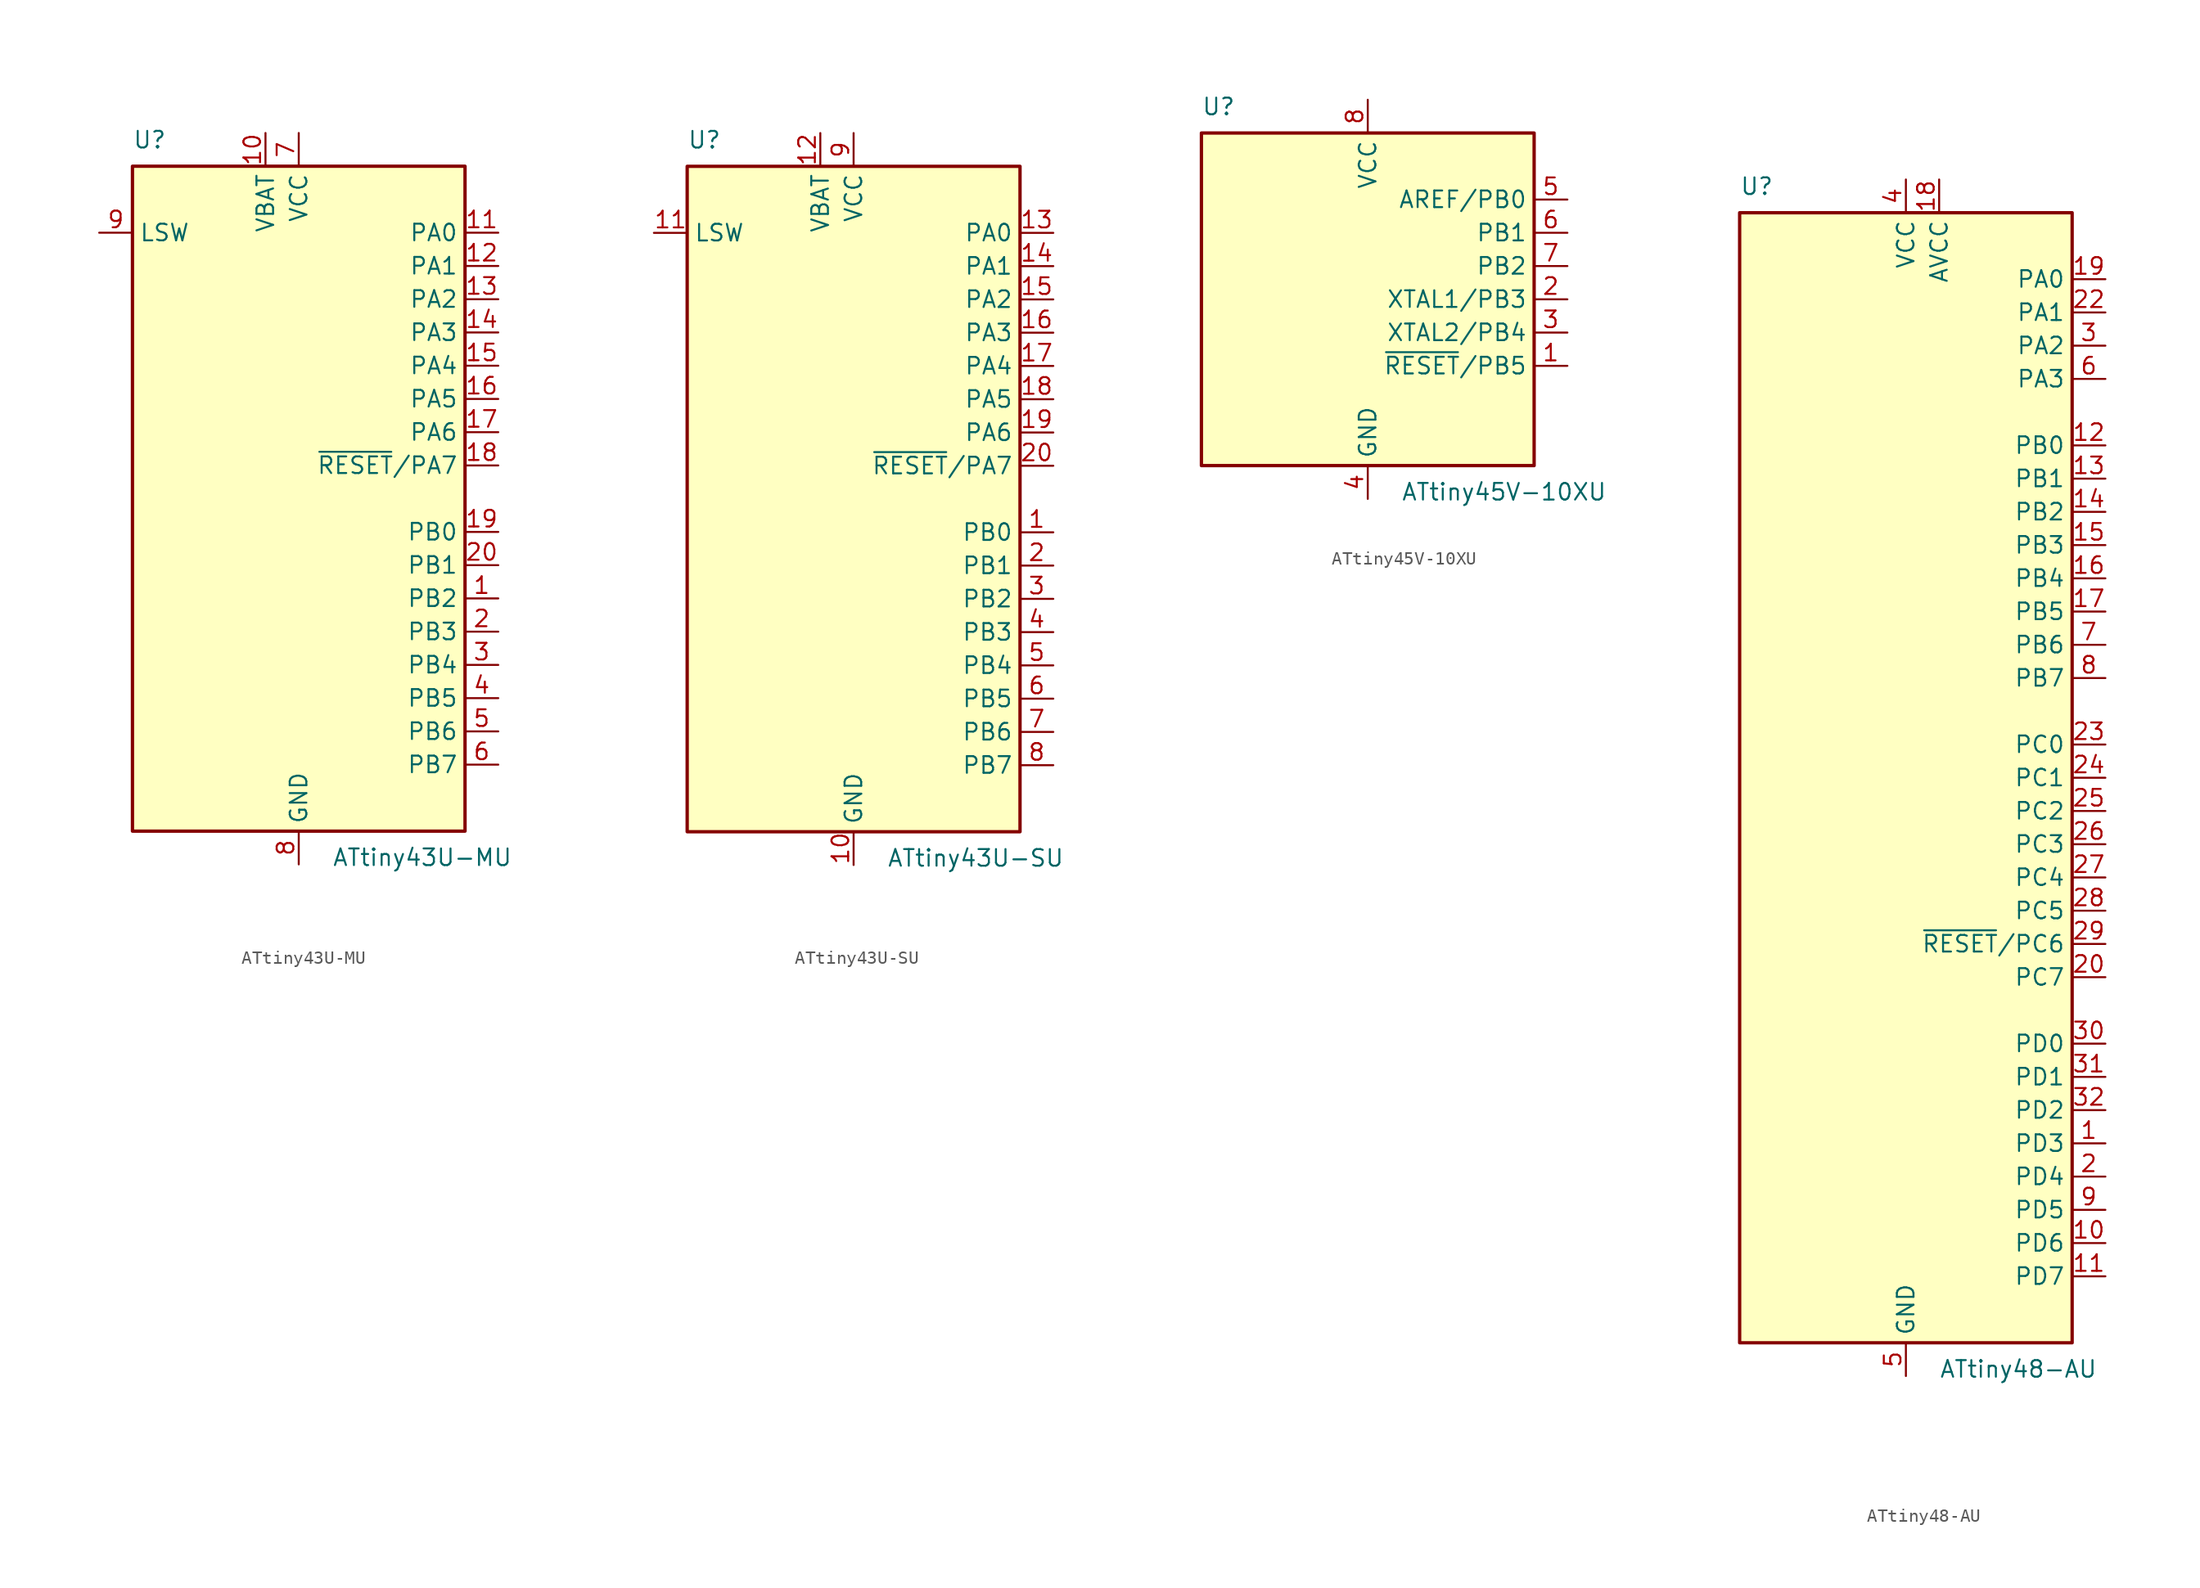
<source format=kicad_sym>
(kicad_symbol_lib
  (version 20201005)
  (generator kicad_symbol_editor)
  (symbol "ATtiny43U-MU"
    (property "Reference" "U"
      (at -12.7 26.67 0)
      (effects (font (size 1.27 1.27)) (justify left bottom)))
    (property "Value" "ATtiny43U-MU"
      (at 2.54 -26.67 0)
      (effects (font (size 1.27 1.27)) (justify left top)))
    (symbol "ATtiny43U-MU_0_1"
      (rectangle (start -12.7 -25.4) (end 12.7 25.4) (stroke (width 0.254)) (fill (type background))))
    (symbol "ATtiny43U-MU_1_1"
      (pin tri_state line (at 15.24 -7.62 180) (length 2.54) (name "PB2" (effects (font (size 1.27 1.27)))) (number "1" (effects (font (size 1.27 1.27)))))
      (pin power_in line (at -2.54 27.94 270) (length 2.54) (name "VBAT" (effects (font (size 1.27 1.27)))) (number "10" (effects (font (size 1.27 1.27)))))
      (pin tri_state line (at 15.24 20.32 180) (length 2.54) (name "PA0" (effects (font (size 1.27 1.27)))) (number "11" (effects (font (size 1.27 1.27)))))
      (pin tri_state line (at 15.24 17.78 180) (length 2.54) (name "PA1" (effects (font (size 1.27 1.27)))) (number "12" (effects (font (size 1.27 1.27)))))
      (pin tri_state line (at 15.24 15.24 180) (length 2.54) (name "PA2" (effects (font (size 1.27 1.27)))) (number "13" (effects (font (size 1.27 1.27)))))
      (pin tri_state line (at 15.24 12.7 180) (length 2.54) (name "PA3" (effects (font (size 1.27 1.27)))) (number "14" (effects (font (size 1.27 1.27)))))
      (pin tri_state line (at 15.24 10.16 180) (length 2.54) (name "PA4" (effects (font (size 1.27 1.27)))) (number "15" (effects (font (size 1.27 1.27)))))
      (pin tri_state line (at 15.24 7.62 180) (length 2.54) (name "PA5" (effects (font (size 1.27 1.27)))) (number "16" (effects (font (size 1.27 1.27)))))
      (pin tri_state line (at 15.24 5.08 180) (length 2.54) (name "PA6" (effects (font (size 1.27 1.27)))) (number "17" (effects (font (size 1.27 1.27)))))
      (pin tri_state line (at 15.24 2.54 180) (length 2.54) (name "~RESET~/PA7" (effects (font (size 1.27 1.27)))) (number "18" (effects (font (size 1.27 1.27)))))
      (pin tri_state line (at 15.24 -2.54 180) (length 2.54) (name "PB0" (effects (font (size 1.27 1.27)))) (number "19" (effects (font (size 1.27 1.27)))))
      (pin tri_state line (at 15.24 -10.16 180) (length 2.54) (name "PB3" (effects (font (size 1.27 1.27)))) (number "2" (effects (font (size 1.27 1.27)))))
      (pin tri_state line (at 15.24 -5.08 180) (length 2.54) (name "PB1" (effects (font (size 1.27 1.27)))) (number "20" (effects (font (size 1.27 1.27)))))
      (pin passive line (at 0 -27.94 90) (length 2.54) hide (name "GND" (effects (font (size 1.27 1.27)))) (number "21" (effects (font (size 1.27 1.27)))))
      (pin tri_state line (at 15.24 -12.7 180) (length 2.54) (name "PB4" (effects (font (size 1.27 1.27)))) (number "3" (effects (font (size 1.27 1.27)))))
      (pin tri_state line (at 15.24 -15.24 180) (length 2.54) (name "PB5" (effects (font (size 1.27 1.27)))) (number "4" (effects (font (size 1.27 1.27)))))
      (pin tri_state line (at 15.24 -17.78 180) (length 2.54) (name "PB6" (effects (font (size 1.27 1.27)))) (number "5" (effects (font (size 1.27 1.27)))))
      (pin tri_state line (at 15.24 -20.32 180) (length 2.54) (name "PB7" (effects (font (size 1.27 1.27)))) (number "6" (effects (font (size 1.27 1.27)))))
      (pin power_in line (at 0 27.94 270) (length 2.54) (name "VCC" (effects (font (size 1.27 1.27)))) (number "7" (effects (font (size 1.27 1.27)))))
      (pin power_in line (at 0 -27.94 90) (length 2.54) (name "GND" (effects (font (size 1.27 1.27)))) (number "8" (effects (font (size 1.27 1.27)))))
      (pin passive line (at -15.24 20.32 0) (length 2.54) (name "LSW" (effects (font (size 1.27 1.27)))) (number "9" (effects (font (size 1.27 1.27)))))))
  (symbol "ATtiny43U-SU"
    (property "Reference" "U"
      (at -12.7 26.67 0)
      (effects (font (size 1.27 1.27)) (justify left bottom)))
    (property "Value" "ATtiny43U-SU"
      (at 2.54 -26.67 0)
      (effects (font (size 1.27 1.27)) (justify left top)))
    (symbol "ATtiny43U-SU_0_1"
      (rectangle (start -12.7 -25.4) (end 12.7 25.4) (stroke (width 0.254)) (fill (type background))))
    (symbol "ATtiny43U-SU_1_1"
      (pin tri_state line (at 15.24 -2.54 180) (length 2.54) (name "PB0" (effects (font (size 1.27 1.27)))) (number "1" (effects (font (size 1.27 1.27)))))
      (pin power_in line (at 0 -27.94 90) (length 2.54) (name "GND" (effects (font (size 1.27 1.27)))) (number "10" (effects (font (size 1.27 1.27)))))
      (pin passive line (at -15.24 20.32 0) (length 2.54) (name "LSW" (effects (font (size 1.27 1.27)))) (number "11" (effects (font (size 1.27 1.27)))))
      (pin power_in line (at -2.54 27.94 270) (length 2.54) (name "VBAT" (effects (font (size 1.27 1.27)))) (number "12" (effects (font (size 1.27 1.27)))))
      (pin tri_state line (at 15.24 20.32 180) (length 2.54) (name "PA0" (effects (font (size 1.27 1.27)))) (number "13" (effects (font (size 1.27 1.27)))))
      (pin tri_state line (at 15.24 17.78 180) (length 2.54) (name "PA1" (effects (font (size 1.27 1.27)))) (number "14" (effects (font (size 1.27 1.27)))))
      (pin tri_state line (at 15.24 15.24 180) (length 2.54) (name "PA2" (effects (font (size 1.27 1.27)))) (number "15" (effects (font (size 1.27 1.27)))))
      (pin tri_state line (at 15.24 12.7 180) (length 2.54) (name "PA3" (effects (font (size 1.27 1.27)))) (number "16" (effects (font (size 1.27 1.27)))))
      (pin tri_state line (at 15.24 10.16 180) (length 2.54) (name "PA4" (effects (font (size 1.27 1.27)))) (number "17" (effects (font (size 1.27 1.27)))))
      (pin tri_state line (at 15.24 7.62 180) (length 2.54) (name "PA5" (effects (font (size 1.27 1.27)))) (number "18" (effects (font (size 1.27 1.27)))))
      (pin tri_state line (at 15.24 5.08 180) (length 2.54) (name "PA6" (effects (font (size 1.27 1.27)))) (number "19" (effects (font (size 1.27 1.27)))))
      (pin tri_state line (at 15.24 -5.08 180) (length 2.54) (name "PB1" (effects (font (size 1.27 1.27)))) (number "2" (effects (font (size 1.27 1.27)))))
      (pin tri_state line (at 15.24 2.54 180) (length 2.54) (name "~RESET~/PA7" (effects (font (size 1.27 1.27)))) (number "20" (effects (font (size 1.27 1.27)))))
      (pin tri_state line (at 15.24 -7.62 180) (length 2.54) (name "PB2" (effects (font (size 1.27 1.27)))) (number "3" (effects (font (size 1.27 1.27)))))
      (pin tri_state line (at 15.24 -10.16 180) (length 2.54) (name "PB3" (effects (font (size 1.27 1.27)))) (number "4" (effects (font (size 1.27 1.27)))))
      (pin tri_state line (at 15.24 -12.7 180) (length 2.54) (name "PB4" (effects (font (size 1.27 1.27)))) (number "5" (effects (font (size 1.27 1.27)))))
      (pin tri_state line (at 15.24 -15.24 180) (length 2.54) (name "PB5" (effects (font (size 1.27 1.27)))) (number "6" (effects (font (size 1.27 1.27)))))
      (pin tri_state line (at 15.24 -17.78 180) (length 2.54) (name "PB6" (effects (font (size 1.27 1.27)))) (number "7" (effects (font (size 1.27 1.27)))))
      (pin tri_state line (at 15.24 -20.32 180) (length 2.54) (name "PB7" (effects (font (size 1.27 1.27)))) (number "8" (effects (font (size 1.27 1.27)))))
      (pin power_in line (at 0 27.94 270) (length 2.54) (name "VCC" (effects (font (size 1.27 1.27)))) (number "9" (effects (font (size 1.27 1.27)))))))
  (symbol "ATtiny45V-10XU"
    (property "Reference" "U"
      (at -12.7 13.97 0)
      (effects (font (size 1.27 1.27)) (justify left bottom)))
    (property "Value" "ATtiny45V-10XU"
      (at 2.54 -13.97 0)
      (effects (font (size 1.27 1.27)) (justify left top)))
    (symbol "ATtiny45V-10XU_0_1"
      (rectangle (start -12.7 -12.7) (end 12.7 12.7) (stroke (width 0.254)) (fill (type background))))
    (symbol "ATtiny45V-10XU_1_1"
      (pin tri_state line (at 15.24 -5.08 180) (length 2.54) (name "~RESET~/PB5" (effects (font (size 1.27 1.27)))) (number "1" (effects (font (size 1.27 1.27)))))
      (pin tri_state line (at 15.24 0 180) (length 2.54) (name "XTAL1/PB3" (effects (font (size 1.27 1.27)))) (number "2" (effects (font (size 1.27 1.27)))))
      (pin tri_state line (at 15.24 -2.54 180) (length 2.54) (name "XTAL2/PB4" (effects (font (size 1.27 1.27)))) (number "3" (effects (font (size 1.27 1.27)))))
      (pin power_in line (at 0 -15.24 90) (length 2.54) (name "GND" (effects (font (size 1.27 1.27)))) (number "4" (effects (font (size 1.27 1.27)))))
      (pin tri_state line (at 15.24 7.62 180) (length 2.54) (name "AREF/PB0" (effects (font (size 1.27 1.27)))) (number "5" (effects (font (size 1.27 1.27)))))
      (pin tri_state line (at 15.24 5.08 180) (length 2.54) (name "PB1" (effects (font (size 1.27 1.27)))) (number "6" (effects (font (size 1.27 1.27)))))
      (pin tri_state line (at 15.24 2.54 180) (length 2.54) (name "PB2" (effects (font (size 1.27 1.27)))) (number "7" (effects (font (size 1.27 1.27)))))
      (pin power_in line (at 0 15.24 270) (length 2.54) (name "VCC" (effects (font (size 1.27 1.27)))) (number "8" (effects (font (size 1.27 1.27)))))))
  (symbol "ATtiny48-AU"
    (property "Reference" "U"
      (at -12.7 44.45 0)
      (effects (font (size 1.27 1.27)) (justify left bottom)))
    (property "Value" "ATtiny48-AU"
      (at 2.54 -44.45 0)
      (effects (font (size 1.27 1.27)) (justify left top)))
    (symbol "ATtiny48-AU_0_1"
      (rectangle (start -12.7 -43.18) (end 12.7 43.18) (stroke (width 0.254)) (fill (type background))))
    (symbol "ATtiny48-AU_1_1"
      (pin tri_state line (at 15.24 -27.94 180) (length 2.54) (name "PD3" (effects (font (size 1.27 1.27)))) (number "1" (effects (font (size 1.27 1.27)))))
      (pin tri_state line (at 15.24 -35.56 180) (length 2.54) (name "PD6" (effects (font (size 1.27 1.27)))) (number "10" (effects (font (size 1.27 1.27)))))
      (pin tri_state line (at 15.24 -38.1 180) (length 2.54) (name "PD7" (effects (font (size 1.27 1.27)))) (number "11" (effects (font (size 1.27 1.27)))))
      (pin tri_state line (at 15.24 25.4 180) (length 2.54) (name "PB0" (effects (font (size 1.27 1.27)))) (number "12" (effects (font (size 1.27 1.27)))))
      (pin tri_state line (at 15.24 22.86 180) (length 2.54) (name "PB1" (effects (font (size 1.27 1.27)))) (number "13" (effects (font (size 1.27 1.27)))))
      (pin tri_state line (at 15.24 20.32 180) (length 2.54) (name "PB2" (effects (font (size 1.27 1.27)))) (number "14" (effects (font (size 1.27 1.27)))))
      (pin tri_state line (at 15.24 17.78 180) (length 2.54) (name "PB3" (effects (font (size 1.27 1.27)))) (number "15" (effects (font (size 1.27 1.27)))))
      (pin tri_state line (at 15.24 15.24 180) (length 2.54) (name "PB4" (effects (font (size 1.27 1.27)))) (number "16" (effects (font (size 1.27 1.27)))))
      (pin tri_state line (at 15.24 12.7 180) (length 2.54) (name "PB5" (effects (font (size 1.27 1.27)))) (number "17" (effects (font (size 1.27 1.27)))))
      (pin power_in line (at 2.54 45.72 270) (length 2.54) (name "AVCC" (effects (font (size 1.27 1.27)))) (number "18" (effects (font (size 1.27 1.27)))))
      (pin tri_state line (at 15.24 38.1 180) (length 2.54) (name "PA0" (effects (font (size 1.27 1.27)))) (number "19" (effects (font (size 1.27 1.27)))))
      (pin tri_state line (at 15.24 -30.48 180) (length 2.54) (name "PD4" (effects (font (size 1.27 1.27)))) (number "2" (effects (font (size 1.27 1.27)))))
      (pin tri_state line (at 15.24 -15.24 180) (length 2.54) (name "PC7" (effects (font (size 1.27 1.27)))) (number "20" (effects (font (size 1.27 1.27)))))
      (pin passive line (at 0 -45.72 90) (length 2.54) hide (name "GND" (effects (font (size 1.27 1.27)))) (number "21" (effects (font (size 1.27 1.27)))))
      (pin tri_state line (at 15.24 35.56 180) (length 2.54) (name "PA1" (effects (font (size 1.27 1.27)))) (number "22" (effects (font (size 1.27 1.27)))))
      (pin tri_state line (at 15.24 2.54 180) (length 2.54) (name "PC0" (effects (font (size 1.27 1.27)))) (number "23" (effects (font (size 1.27 1.27)))))
      (pin tri_state line (at 15.24 0 180) (length 2.54) (name "PC1" (effects (font (size 1.27 1.27)))) (number "24" (effects (font (size 1.27 1.27)))))
      (pin tri_state line (at 15.24 -2.54 180) (length 2.54) (name "PC2" (effects (font (size 1.27 1.27)))) (number "25" (effects (font (size 1.27 1.27)))))
      (pin tri_state line (at 15.24 -5.08 180) (length 2.54) (name "PC3" (effects (font (size 1.27 1.27)))) (number "26" (effects (font (size 1.27 1.27)))))
      (pin tri_state line (at 15.24 -7.62 180) (length 2.54) (name "PC4" (effects (font (size 1.27 1.27)))) (number "27" (effects (font (size 1.27 1.27)))))
      (pin tri_state line (at 15.24 -10.16 180) (length 2.54) (name "PC5" (effects (font (size 1.27 1.27)))) (number "28" (effects (font (size 1.27 1.27)))))
      (pin tri_state line (at 15.24 -12.7 180) (length 2.54) (name "~RESET~/PC6" (effects (font (size 1.27 1.27)))) (number "29" (effects (font (size 1.27 1.27)))))
      (pin tri_state line (at 15.24 33.02 180) (length 2.54) (name "PA2" (effects (font (size 1.27 1.27)))) (number "3" (effects (font (size 1.27 1.27)))))
      (pin tri_state line (at 15.24 -20.32 180) (length 2.54) (name "PD0" (effects (font (size 1.27 1.27)))) (number "30" (effects (font (size 1.27 1.27)))))
      (pin tri_state line (at 15.24 -22.86 180) (length 2.54) (name "PD1" (effects (font (size 1.27 1.27)))) (number "31" (effects (font (size 1.27 1.27)))))
      (pin tri_state line (at 15.24 -25.4 180) (length 2.54) (name "PD2" (effects (font (size 1.27 1.27)))) (number "32" (effects (font (size 1.27 1.27)))))
      (pin power_in line (at 0 45.72 270) (length 2.54) (name "VCC" (effects (font (size 1.27 1.27)))) (number "4" (effects (font (size 1.27 1.27)))))
      (pin power_in line (at 0 -45.72 90) (length 2.54) (name "GND" (effects (font (size 1.27 1.27)))) (number "5" (effects (font (size 1.27 1.27)))))
      (pin tri_state line (at 15.24 30.48 180) (length 2.54) (name "PA3" (effects (font (size 1.27 1.27)))) (number "6" (effects (font (size 1.27 1.27)))))
      (pin tri_state line (at 15.24 10.16 180) (length 2.54) (name "PB6" (effects (font (size 1.27 1.27)))) (number "7" (effects (font (size 1.27 1.27)))))
      (pin tri_state line (at 15.24 7.62 180) (length 2.54) (name "PB7" (effects (font (size 1.27 1.27)))) (number "8" (effects (font (size 1.27 1.27)))))
      (pin tri_state line (at 15.24 -33.02 180) (length 2.54) (name "PD5" (effects (font (size 1.27 1.27)))) (number "9" (effects (font (size 1.27 1.27))))))))
</source>
